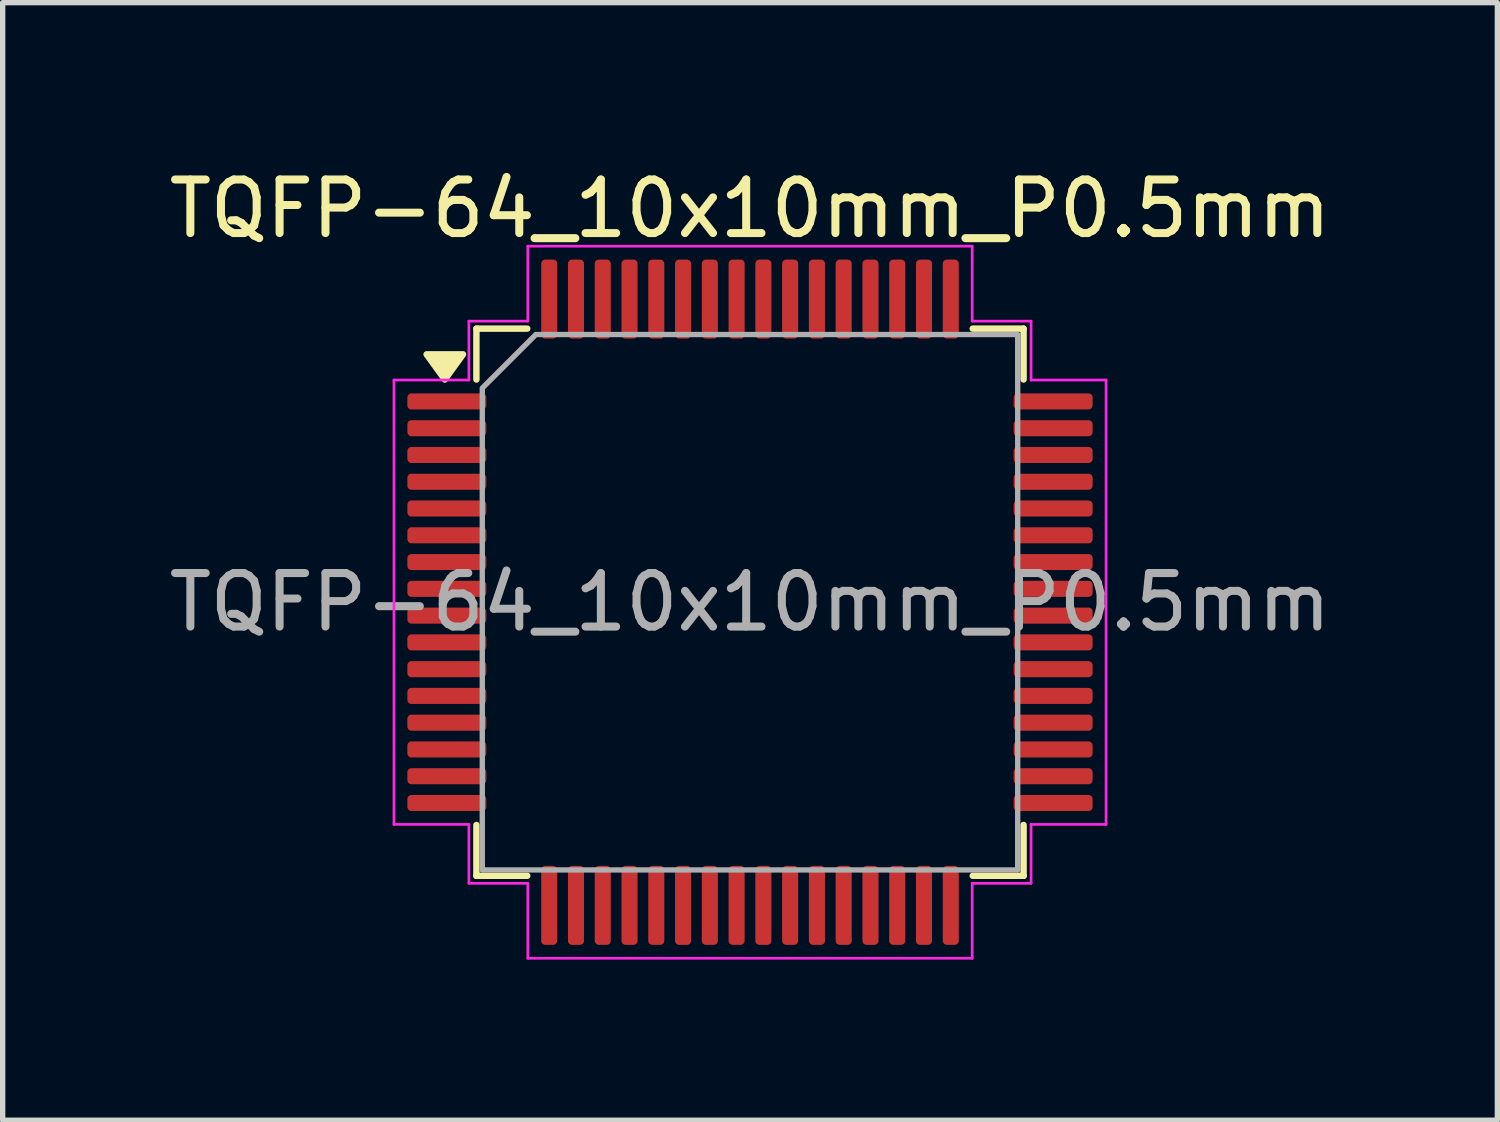
<source format=kicad_pcb>
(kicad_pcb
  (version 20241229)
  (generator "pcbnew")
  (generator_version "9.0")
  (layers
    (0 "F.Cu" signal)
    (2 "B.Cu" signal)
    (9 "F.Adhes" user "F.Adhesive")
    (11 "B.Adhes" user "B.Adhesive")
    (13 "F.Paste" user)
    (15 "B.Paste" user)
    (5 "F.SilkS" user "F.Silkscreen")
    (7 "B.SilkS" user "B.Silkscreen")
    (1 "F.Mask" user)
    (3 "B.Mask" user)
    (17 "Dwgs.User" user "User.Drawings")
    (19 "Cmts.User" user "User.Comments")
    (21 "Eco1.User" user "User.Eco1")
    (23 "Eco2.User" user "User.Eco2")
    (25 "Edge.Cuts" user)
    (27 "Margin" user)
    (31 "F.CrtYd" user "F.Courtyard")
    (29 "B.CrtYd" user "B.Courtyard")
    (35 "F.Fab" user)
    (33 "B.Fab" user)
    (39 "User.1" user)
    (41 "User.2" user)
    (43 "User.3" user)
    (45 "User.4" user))
  (footprint "TQFP-64_10x10mm_P0.5mm"
    (layer "F.Cu")
    (at 10.958 8.198)
    (property "Reference" "TQFP-64_10x10mm_P0.5mm" (at 0 -7.35 0) (layer "F.SilkS") (effects (font (size 1 1) (thickness 0.15))))
    (attr smd)
    (fp_line (start -5.11 -5.11) (end -5.11 -4.16) (stroke (width 0.12) (type solid)) (layer "F.SilkS"))
    (fp_line (start -5.11 5.11) (end -5.11 4.16) (stroke (width 0.12) (type solid)) (layer "F.SilkS"))
    (fp_line (start -4.16 -5.11) (end -5.11 -5.11) (stroke (width 0.12) (type solid)) (layer "F.SilkS"))
    (fp_line (start -4.16 5.11) (end -5.11 5.11) (stroke (width 0.12) (type solid)) (layer "F.SilkS"))
    (fp_line (start 4.16 -5.11) (end 5.11 -5.11) (stroke (width 0.12) (type solid)) (layer "F.SilkS"))
    (fp_line (start 4.16 5.11) (end 5.11 5.11) (stroke (width 0.12) (type solid)) (layer "F.SilkS"))
    (fp_line (start 5.11 -5.11) (end 5.11 -4.16) (stroke (width 0.12) (type solid)) (layer "F.SilkS"))
    (fp_line (start 5.11 5.11) (end 5.11 4.16) (stroke (width 0.12) (type solid)) (layer "F.SilkS"))
    (fp_poly (pts (xy -5.7 -4.16) (xy -6.04 -4.63) (xy -5.36 -4.63)) (stroke (width 0.12) (type solid)) (fill yes) (layer "F.SilkS"))
    (fp_line (start -6.65 -4.15) (end -5.25 -4.15) (stroke (width 0.05) (type solid)) (layer "F.CrtYd"))
    (fp_line (start -6.65 4.15) (end -6.65 -4.15) (stroke (width 0.05) (type solid)) (layer "F.CrtYd"))
    (fp_line (start -5.25 -5.25) (end -4.15 -5.25) (stroke (width 0.05) (type solid)) (layer "F.CrtYd"))
    (fp_line (start -5.25 -4.15) (end -5.25 -5.25) (stroke (width 0.05) (type solid)) (layer "F.CrtYd"))
    (fp_line (start -5.25 4.15) (end -6.65 4.15) (stroke (width 0.05) (type solid)) (layer "F.CrtYd"))
    (fp_line (start -5.25 5.25) (end -5.25 4.15) (stroke (width 0.05) (type solid)) (layer "F.CrtYd"))
    (fp_line (start -4.15 -6.65) (end 4.15 -6.65) (stroke (width 0.05) (type solid)) (layer "F.CrtYd"))
    (fp_line (start -4.15 -5.25) (end -4.15 -6.65) (stroke (width 0.05) (type solid)) (layer "F.CrtYd"))
    (fp_line (start -4.15 5.25) (end -5.25 5.25) (stroke (width 0.05) (type solid)) (layer "F.CrtYd"))
    (fp_line (start -4.15 6.65) (end -4.15 5.25) (stroke (width 0.05) (type solid)) (layer "F.CrtYd"))
    (fp_line (start 4.15 -6.65) (end 4.15 -5.25) (stroke (width 0.05) (type solid)) (layer "F.CrtYd"))
    (fp_line (start 4.15 -5.25) (end 5.25 -5.25) (stroke (width 0.05) (type solid)) (layer "F.CrtYd"))
    (fp_line (start 4.15 5.25) (end 4.15 6.65) (stroke (width 0.05) (type solid)) (layer "F.CrtYd"))
    (fp_line (start 4.15 6.65) (end -4.15 6.65) (stroke (width 0.05) (type solid)) (layer "F.CrtYd"))
    (fp_line (start 5.25 -5.25) (end 5.25 -4.15) (stroke (width 0.05) (type solid)) (layer "F.CrtYd"))
    (fp_line (start 5.25 -4.15) (end 6.65 -4.15) (stroke (width 0.05) (type solid)) (layer "F.CrtYd"))
    (fp_line (start 5.25 4.15) (end 5.25 5.25) (stroke (width 0.05) (type solid)) (layer "F.CrtYd"))
    (fp_line (start 5.25 5.25) (end 4.15 5.25) (stroke (width 0.05) (type solid)) (layer "F.CrtYd"))
    (fp_line (start 6.65 -4.15) (end 6.65 4.15) (stroke (width 0.05) (type solid)) (layer "F.CrtYd"))
    (fp_line (start 6.65 4.15) (end 5.25 4.15) (stroke (width 0.05) (type solid)) (layer "F.CrtYd"))
    (fp_poly (pts (xy -5 -4) (xy -5 5) (xy 5 5) (xy 5 -5) (xy -4 -5)) (stroke (width 0.1) (type solid)) (fill no) (layer "F.Fab"))
    (fp_text user "${REFERENCE}" (at 0 0 0) (layer "F.Fab") (effects (font (size 1 1) (thickness 0.15))))
    (pad "1" smd roundrect (at -5.662 -3.75) (size 1.475 0.3) (layers "F.Cu" "F.Mask" "F.Paste") (roundrect_rratio 0.25))
    (pad "2" smd roundrect (at -5.662 -3.25) (size 1.475 0.3) (layers "F.Cu" "F.Mask" "F.Paste") (roundrect_rratio 0.25))
    (pad "3" smd roundrect (at -5.662 -2.75) (size 1.475 0.3) (layers "F.Cu" "F.Mask" "F.Paste") (roundrect_rratio 0.25))
    (pad "4" smd roundrect (at -5.662 -2.25) (size 1.475 0.3) (layers "F.Cu" "F.Mask" "F.Paste") (roundrect_rratio 0.25))
    (pad "5" smd roundrect (at -5.662 -1.75) (size 1.475 0.3) (layers "F.Cu" "F.Mask" "F.Paste") (roundrect_rratio 0.25))
    (pad "6" smd roundrect (at -5.662 -1.25) (size 1.475 0.3) (layers "F.Cu" "F.Mask" "F.Paste") (roundrect_rratio 0.25))
    (pad "7" smd roundrect (at -5.662 -0.75) (size 1.475 0.3) (layers "F.Cu" "F.Mask" "F.Paste") (roundrect_rratio 0.25))
    (pad "8" smd roundrect (at -5.662 -0.25) (size 1.475 0.3) (layers "F.Cu" "F.Mask" "F.Paste") (roundrect_rratio 0.25))
    (pad "9" smd roundrect (at -5.662 0.25) (size 1.475 0.3) (layers "F.Cu" "F.Mask" "F.Paste") (roundrect_rratio 0.25))
    (pad "10" smd roundrect (at -5.662 0.75) (size 1.475 0.3) (layers "F.Cu" "F.Mask" "F.Paste") (roundrect_rratio 0.25))
    (pad "11" smd roundrect (at -5.662 1.25) (size 1.475 0.3) (layers "F.Cu" "F.Mask" "F.Paste") (roundrect_rratio 0.25))
    (pad "12" smd roundrect (at -5.662 1.75) (size 1.475 0.3) (layers "F.Cu" "F.Mask" "F.Paste") (roundrect_rratio 0.25))
    (pad "13" smd roundrect (at -5.662 2.25) (size 1.475 0.3) (layers "F.Cu" "F.Mask" "F.Paste") (roundrect_rratio 0.25))
    (pad "14" smd roundrect (at -5.662 2.75) (size 1.475 0.3) (layers "F.Cu" "F.Mask" "F.Paste") (roundrect_rratio 0.25))
    (pad "15" smd roundrect (at -5.662 3.25) (size 1.475 0.3) (layers "F.Cu" "F.Mask" "F.Paste") (roundrect_rratio 0.25))
    (pad "16" smd roundrect (at -5.662 3.75) (size 1.475 0.3) (layers "F.Cu" "F.Mask" "F.Paste") (roundrect_rratio 0.25))
    (pad "17" smd roundrect (at -3.75 5.662) (size 0.3 1.475) (layers "F.Cu" "F.Mask" "F.Paste") (roundrect_rratio 0.25))
    (pad "18" smd roundrect (at -3.25 5.662) (size 0.3 1.475) (layers "F.Cu" "F.Mask" "F.Paste") (roundrect_rratio 0.25))
    (pad "19" smd roundrect (at -2.75 5.662) (size 0.3 1.475) (layers "F.Cu" "F.Mask" "F.Paste") (roundrect_rratio 0.25))
    (pad "20" smd roundrect (at -2.25 5.662) (size 0.3 1.475) (layers "F.Cu" "F.Mask" "F.Paste") (roundrect_rratio 0.25))
    (pad "21" smd roundrect (at -1.75 5.662) (size 0.3 1.475) (layers "F.Cu" "F.Mask" "F.Paste") (roundrect_rratio 0.25))
    (pad "22" smd roundrect (at -1.25 5.662) (size 0.3 1.475) (layers "F.Cu" "F.Mask" "F.Paste") (roundrect_rratio 0.25))
    (pad "23" smd roundrect (at -0.75 5.662) (size 0.3 1.475) (layers "F.Cu" "F.Mask" "F.Paste") (roundrect_rratio 0.25))
    (pad "24" smd roundrect (at -0.25 5.662) (size 0.3 1.475) (layers "F.Cu" "F.Mask" "F.Paste") (roundrect_rratio 0.25))
    (pad "25" smd roundrect (at 0.25 5.662) (size 0.3 1.475) (layers "F.Cu" "F.Mask" "F.Paste") (roundrect_rratio 0.25))
    (pad "26" smd roundrect (at 0.75 5.662) (size 0.3 1.475) (layers "F.Cu" "F.Mask" "F.Paste") (roundrect_rratio 0.25))
    (pad "27" smd roundrect (at 1.25 5.662) (size 0.3 1.475) (layers "F.Cu" "F.Mask" "F.Paste") (roundrect_rratio 0.25))
    (pad "28" smd roundrect (at 1.75 5.662) (size 0.3 1.475) (layers "F.Cu" "F.Mask" "F.Paste") (roundrect_rratio 0.25))
    (pad "29" smd roundrect (at 2.25 5.662) (size 0.3 1.475) (layers "F.Cu" "F.Mask" "F.Paste") (roundrect_rratio 0.25))
    (pad "30" smd roundrect (at 2.75 5.662) (size 0.3 1.475) (layers "F.Cu" "F.Mask" "F.Paste") (roundrect_rratio 0.25))
    (pad "31" smd roundrect (at 3.25 5.662) (size 0.3 1.475) (layers "F.Cu" "F.Mask" "F.Paste") (roundrect_rratio 0.25))
    (pad "32" smd roundrect (at 3.75 5.662) (size 0.3 1.475) (layers "F.Cu" "F.Mask" "F.Paste") (roundrect_rratio 0.25))
    (pad "33" smd roundrect (at 5.662 3.75) (size 1.475 0.3) (layers "F.Cu" "F.Mask" "F.Paste") (roundrect_rratio 0.25))
    (pad "34" smd roundrect (at 5.662 3.25) (size 1.475 0.3) (layers "F.Cu" "F.Mask" "F.Paste") (roundrect_rratio 0.25))
    (pad "35" smd roundrect (at 5.662 2.75) (size 1.475 0.3) (layers "F.Cu" "F.Mask" "F.Paste") (roundrect_rratio 0.25))
    (pad "36" smd roundrect (at 5.662 2.25) (size 1.475 0.3) (layers "F.Cu" "F.Mask" "F.Paste") (roundrect_rratio 0.25))
    (pad "37" smd roundrect (at 5.662 1.75) (size 1.475 0.3) (layers "F.Cu" "F.Mask" "F.Paste") (roundrect_rratio 0.25))
    (pad "38" smd roundrect (at 5.662 1.25) (size 1.475 0.3) (layers "F.Cu" "F.Mask" "F.Paste") (roundrect_rratio 0.25))
    (pad "39" smd roundrect (at 5.662 0.75) (size 1.475 0.3) (layers "F.Cu" "F.Mask" "F.Paste") (roundrect_rratio 0.25))
    (pad "40" smd roundrect (at 5.662 0.25) (size 1.475 0.3) (layers "F.Cu" "F.Mask" "F.Paste") (roundrect_rratio 0.25))
    (pad "41" smd roundrect (at 5.662 -0.25) (size 1.475 0.3) (layers "F.Cu" "F.Mask" "F.Paste") (roundrect_rratio 0.25))
    (pad "42" smd roundrect (at 5.662 -0.75) (size 1.475 0.3) (layers "F.Cu" "F.Mask" "F.Paste") (roundrect_rratio 0.25))
    (pad "43" smd roundrect (at 5.662 -1.25) (size 1.475 0.3) (layers "F.Cu" "F.Mask" "F.Paste") (roundrect_rratio 0.25))
    (pad "44" smd roundrect (at 5.662 -1.75) (size 1.475 0.3) (layers "F.Cu" "F.Mask" "F.Paste") (roundrect_rratio 0.25))
    (pad "45" smd roundrect (at 5.662 -2.25) (size 1.475 0.3) (layers "F.Cu" "F.Mask" "F.Paste") (roundrect_rratio 0.25))
    (pad "46" smd roundrect (at 5.662 -2.75) (size 1.475 0.3) (layers "F.Cu" "F.Mask" "F.Paste") (roundrect_rratio 0.25))
    (pad "47" smd roundrect (at 5.662 -3.25) (size 1.475 0.3) (layers "F.Cu" "F.Mask" "F.Paste") (roundrect_rratio 0.25))
    (pad "48" smd roundrect (at 5.662 -3.75) (size 1.475 0.3) (layers "F.Cu" "F.Mask" "F.Paste") (roundrect_rratio 0.25))
    (pad "49" smd roundrect (at 3.75 -5.662) (size 0.3 1.475) (layers "F.Cu" "F.Mask" "F.Paste") (roundrect_rratio 0.25))
    (pad "50" smd roundrect (at 3.25 -5.662) (size 0.3 1.475) (layers "F.Cu" "F.Mask" "F.Paste") (roundrect_rratio 0.25))
    (pad "51" smd roundrect (at 2.75 -5.662) (size 0.3 1.475) (layers "F.Cu" "F.Mask" "F.Paste") (roundrect_rratio 0.25))
    (pad "52" smd roundrect (at 2.25 -5.662) (size 0.3 1.475) (layers "F.Cu" "F.Mask" "F.Paste") (roundrect_rratio 0.25))
    (pad "53" smd roundrect (at 1.75 -5.662) (size 0.3 1.475) (layers "F.Cu" "F.Mask" "F.Paste") (roundrect_rratio 0.25))
    (pad "54" smd roundrect (at 1.25 -5.662) (size 0.3 1.475) (layers "F.Cu" "F.Mask" "F.Paste") (roundrect_rratio 0.25))
    (pad "55" smd roundrect (at 0.75 -5.662) (size 0.3 1.475) (layers "F.Cu" "F.Mask" "F.Paste") (roundrect_rratio 0.25))
    (pad "56" smd roundrect (at 0.25 -5.662) (size 0.3 1.475) (layers "F.Cu" "F.Mask" "F.Paste") (roundrect_rratio 0.25))
    (pad "57" smd roundrect (at -0.25 -5.662) (size 0.3 1.475) (layers "F.Cu" "F.Mask" "F.Paste") (roundrect_rratio 0.25))
    (pad "58" smd roundrect (at -0.75 -5.662) (size 0.3 1.475) (layers "F.Cu" "F.Mask" "F.Paste") (roundrect_rratio 0.25))
    (pad "59" smd roundrect (at -1.25 -5.662) (size 0.3 1.475) (layers "F.Cu" "F.Mask" "F.Paste") (roundrect_rratio 0.25))
    (pad "60" smd roundrect (at -1.75 -5.662) (size 0.3 1.475) (layers "F.Cu" "F.Mask" "F.Paste") (roundrect_rratio 0.25))
    (pad "61" smd roundrect (at -2.25 -5.662) (size 0.3 1.475) (layers "F.Cu" "F.Mask" "F.Paste") (roundrect_rratio 0.25))
    (pad "62" smd roundrect (at -2.75 -5.662) (size 0.3 1.475) (layers "F.Cu" "F.Mask" "F.Paste") (roundrect_rratio 0.25))
    (pad "63" smd roundrect (at -3.25 -5.662) (size 0.3 1.475) (layers "F.Cu" "F.Mask" "F.Paste") (roundrect_rratio 0.25))
    (pad "64" smd roundrect (at -3.75 -5.662) (size 0.3 1.475) (layers "F.Cu" "F.Mask" "F.Paste") (roundrect_rratio 0.25)))
  (gr_rect
    (start -3 -3)
    (end 24.917 17.873)
    (stroke (width 0.1) (type default))
    (fill no)
    (layer "Edge.Cuts")))
</source>
